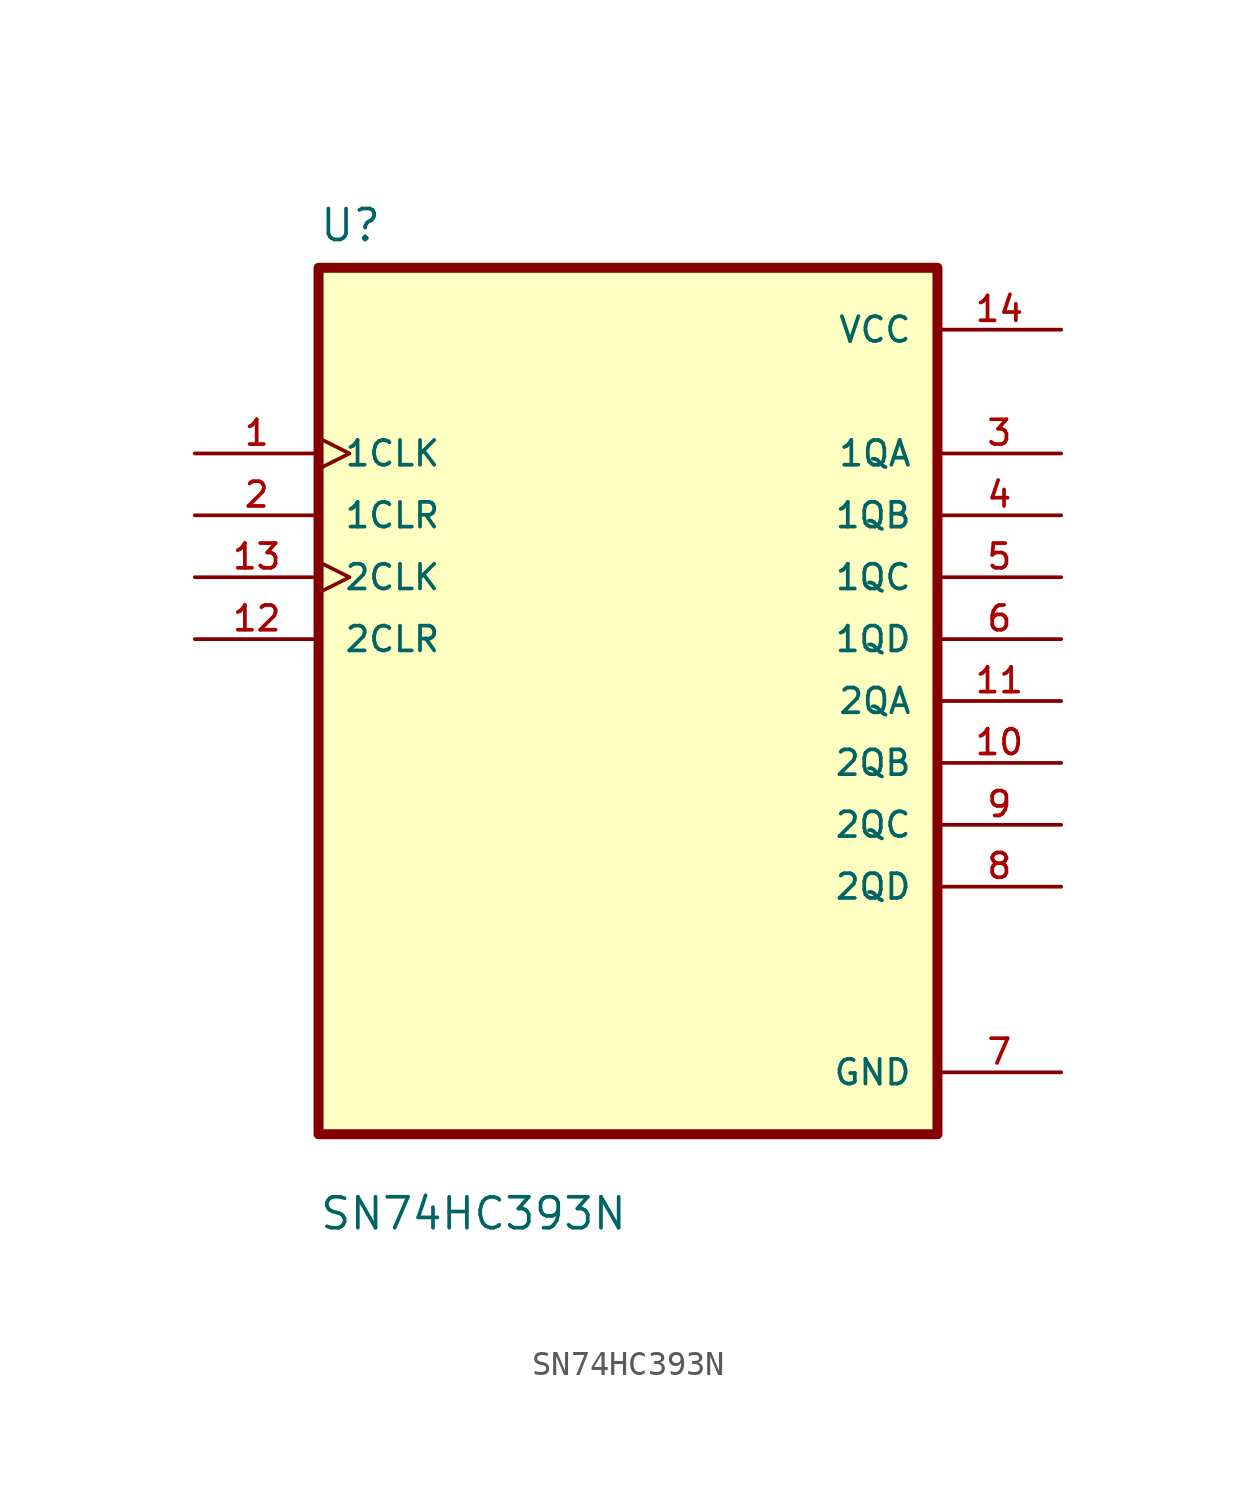
<source format=kicad_sym>
(kicad_symbol_lib
  (version 20211014)
  (generator kicad_symbol_editor)
  (symbol "SN74HC393N"
    (pin_names
      (offset 1.016))
    (property "Reference" "U"
      (at -12.7 18.78 0.0)
      (effects (font (size 1.27 1.27)) (justify bottom left)))
    (property "Value" "SN74HC393N"
      (at -12.7 -21.78 0.0)
      (effects (font (size 1.27 1.27)) (justify bottom left)))
    (symbol "SN74HC393N_0_0"
      (rectangle (start -12.7 -17.78) (end 12.7 17.78) (stroke (width 0.41)) (fill (type background)))
      (pin input clock (at -17.78 10.16 0) (length 5.08) (name "1CLK" (effects (font (size 1.016 1.016)))) (number "1" (effects (font (size 1.016 1.016)))))
      (pin input line (at -17.78 7.62 0) (length 5.08) (name "1CLR" (effects (font (size 1.016 1.016)))) (number "2" (effects (font (size 1.016 1.016)))))
      (pin input clock (at -17.78 5.08 0) (length 5.08) (name "2CLK" (effects (font (size 1.016 1.016)))) (number "13" (effects (font (size 1.016 1.016)))))
      (pin input line (at -17.78 2.54 0) (length 5.08) (name "2CLR" (effects (font (size 1.016 1.016)))) (number "12" (effects (font (size 1.016 1.016)))))
      (pin power_in line (at 17.78 15.24 180.0) (length 5.08) (name "VCC" (effects (font (size 1.016 1.016)))) (number "14" (effects (font (size 1.016 1.016)))))
      (pin output line (at 17.78 10.16 180.0) (length 5.08) (name "1QA" (effects (font (size 1.016 1.016)))) (number "3" (effects (font (size 1.016 1.016)))))
      (pin output line (at 17.78 7.62 180.0) (length 5.08) (name "1QB" (effects (font (size 1.016 1.016)))) (number "4" (effects (font (size 1.016 1.016)))))
      (pin output line (at 17.78 5.08 180.0) (length 5.08) (name "1QC" (effects (font (size 1.016 1.016)))) (number "5" (effects (font (size 1.016 1.016)))))
      (pin output line (at 17.78 2.54 180.0) (length 5.08) (name "1QD" (effects (font (size 1.016 1.016)))) (number "6" (effects (font (size 1.016 1.016)))))
      (pin output line (at 17.78 1.77636e-15 180.0) (length 5.08) (name "2QA" (effects (font (size 1.016 1.016)))) (number "11" (effects (font (size 1.016 1.016)))))
      (pin output line (at 17.78 -2.54 180.0) (length 5.08) (name "2QB" (effects (font (size 1.016 1.016)))) (number "10" (effects (font (size 1.016 1.016)))))
      (pin output line (at 17.78 -5.08 180.0) (length 5.08) (name "2QC" (effects (font (size 1.016 1.016)))) (number "9" (effects (font (size 1.016 1.016)))))
      (pin output line (at 17.78 -7.62 180.0) (length 5.08) (name "2QD" (effects (font (size 1.016 1.016)))) (number "8" (effects (font (size 1.016 1.016)))))
      (pin power_in line (at 17.78 -15.24 180.0) (length 5.08) (name "GND" (effects (font (size 1.016 1.016)))) (number "7" (effects (font (size 1.016 1.016))))))))
</source>
